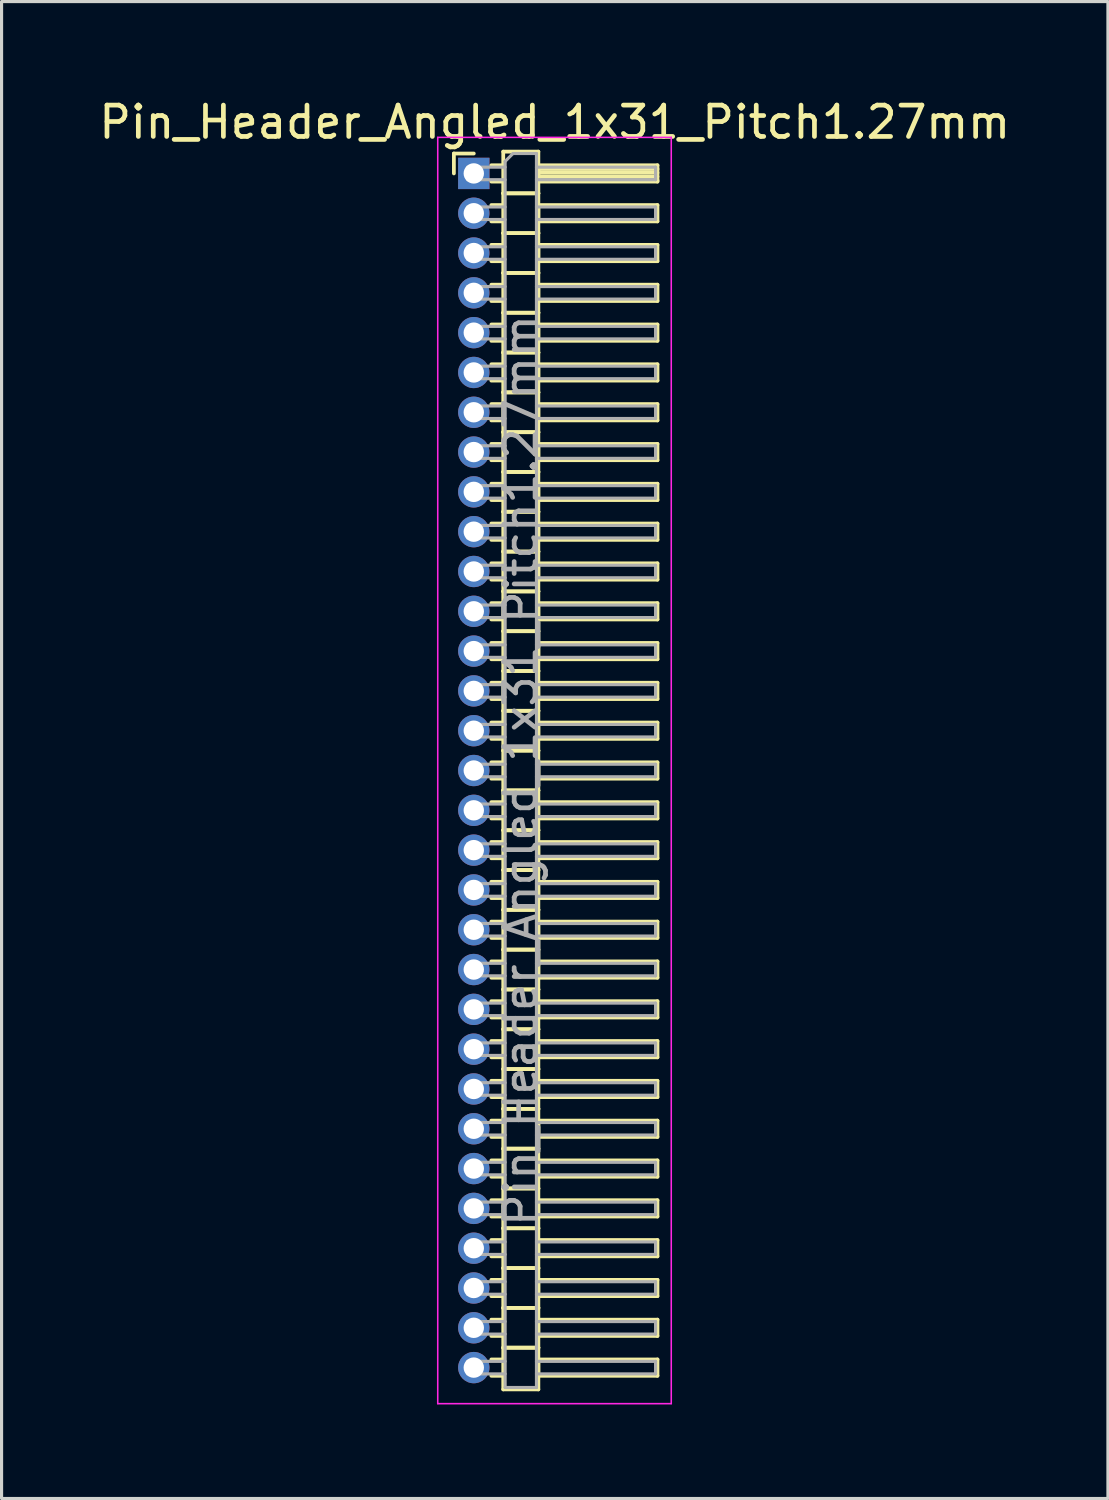
<source format=kicad_pcb>
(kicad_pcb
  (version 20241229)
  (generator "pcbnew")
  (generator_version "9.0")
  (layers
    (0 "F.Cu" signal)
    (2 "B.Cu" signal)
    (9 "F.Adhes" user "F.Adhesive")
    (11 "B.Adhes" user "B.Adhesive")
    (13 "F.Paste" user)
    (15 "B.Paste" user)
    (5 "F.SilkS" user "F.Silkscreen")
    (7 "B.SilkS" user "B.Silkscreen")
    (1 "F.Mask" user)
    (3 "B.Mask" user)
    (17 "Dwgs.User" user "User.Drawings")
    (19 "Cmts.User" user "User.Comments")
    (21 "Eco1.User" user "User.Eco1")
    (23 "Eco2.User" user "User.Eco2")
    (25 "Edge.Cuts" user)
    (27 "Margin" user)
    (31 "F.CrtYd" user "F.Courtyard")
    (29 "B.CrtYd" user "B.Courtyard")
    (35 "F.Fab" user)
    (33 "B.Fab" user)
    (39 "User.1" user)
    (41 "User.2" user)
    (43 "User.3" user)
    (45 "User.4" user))
  (footprint "Pin_Header_Angled_1x31_Pitch1.27mm"
    (layer "F.Cu")
    (at 12.066 2.483)
    (property "Reference" "Pin_Header_Angled_1x31_Pitch1.27mm" (at 2.583 -1.635 0) (layer "F.SilkS") (effects (font (size 1 1) (thickness 0.15))))
    (attr through_hole)
    (fp_line (start -0.635 -0.635) (end 0 -0.635) (stroke (width 0.12) (type solid)) (layer "F.SilkS"))
    (fp_line (start -0.635 0) (end -0.635 -0.635) (stroke (width 0.12) (type solid)) (layer "F.SilkS"))
    (fp_line (start 0.56 -0.26) (end 0.94 -0.26) (stroke (width 0.12) (type solid)) (layer "F.SilkS"))
    (fp_line (start 0.56 0.26) (end 0.94 0.26) (stroke (width 0.12) (type solid)) (layer "F.SilkS"))
    (fp_line (start 0.56 1.01) (end 0.94 1.01) (stroke (width 0.12) (type solid)) (layer "F.SilkS"))
    (fp_line (start 0.56 1.53) (end 0.94 1.53) (stroke (width 0.12) (type solid)) (layer "F.SilkS"))
    (fp_line (start 0.56 2.28) (end 0.94 2.28) (stroke (width 0.12) (type solid)) (layer "F.SilkS"))
    (fp_line (start 0.56 2.8) (end 0.94 2.8) (stroke (width 0.12) (type solid)) (layer "F.SilkS"))
    (fp_line (start 0.56 3.55) (end 0.94 3.55) (stroke (width 0.12) (type solid)) (layer "F.SilkS"))
    (fp_line (start 0.56 4.07) (end 0.94 4.07) (stroke (width 0.12) (type solid)) (layer "F.SilkS"))
    (fp_line (start 0.56 4.82) (end 0.94 4.82) (stroke (width 0.12) (type solid)) (layer "F.SilkS"))
    (fp_line (start 0.56 5.34) (end 0.94 5.34) (stroke (width 0.12) (type solid)) (layer "F.SilkS"))
    (fp_line (start 0.56 6.09) (end 0.94 6.09) (stroke (width 0.12) (type solid)) (layer "F.SilkS"))
    (fp_line (start 0.56 6.61) (end 0.94 6.61) (stroke (width 0.12) (type solid)) (layer "F.SilkS"))
    (fp_line (start 0.56 7.36) (end 0.94 7.36) (stroke (width 0.12) (type solid)) (layer "F.SilkS"))
    (fp_line (start 0.56 7.88) (end 0.94 7.88) (stroke (width 0.12) (type solid)) (layer "F.SilkS"))
    (fp_line (start 0.56 8.63) (end 0.94 8.63) (stroke (width 0.12) (type solid)) (layer "F.SilkS"))
    (fp_line (start 0.56 9.15) (end 0.94 9.15) (stroke (width 0.12) (type solid)) (layer "F.SilkS"))
    (fp_line (start 0.56 9.9) (end 0.94 9.9) (stroke (width 0.12) (type solid)) (layer "F.SilkS"))
    (fp_line (start 0.56 10.42) (end 0.94 10.42) (stroke (width 0.12) (type solid)) (layer "F.SilkS"))
    (fp_line (start 0.56 11.17) (end 0.94 11.17) (stroke (width 0.12) (type solid)) (layer "F.SilkS"))
    (fp_line (start 0.56 11.69) (end 0.94 11.69) (stroke (width 0.12) (type solid)) (layer "F.SilkS"))
    (fp_line (start 0.56 12.44) (end 0.94 12.44) (stroke (width 0.12) (type solid)) (layer "F.SilkS"))
    (fp_line (start 0.56 12.96) (end 0.94 12.96) (stroke (width 0.12) (type solid)) (layer "F.SilkS"))
    (fp_line (start 0.56 13.71) (end 0.94 13.71) (stroke (width 0.12) (type solid)) (layer "F.SilkS"))
    (fp_line (start 0.56 14.23) (end 0.94 14.23) (stroke (width 0.12) (type solid)) (layer "F.SilkS"))
    (fp_line (start 0.56 14.98) (end 0.94 14.98) (stroke (width 0.12) (type solid)) (layer "F.SilkS"))
    (fp_line (start 0.56 15.5) (end 0.94 15.5) (stroke (width 0.12) (type solid)) (layer "F.SilkS"))
    (fp_line (start 0.56 16.25) (end 0.94 16.25) (stroke (width 0.12) (type solid)) (layer "F.SilkS"))
    (fp_line (start 0.56 16.77) (end 0.94 16.77) (stroke (width 0.12) (type solid)) (layer "F.SilkS"))
    (fp_line (start 0.56 17.52) (end 0.94 17.52) (stroke (width 0.12) (type solid)) (layer "F.SilkS"))
    (fp_line (start 0.56 18.04) (end 0.94 18.04) (stroke (width 0.12) (type solid)) (layer "F.SilkS"))
    (fp_line (start 0.56 18.79) (end 0.94 18.79) (stroke (width 0.12) (type solid)) (layer "F.SilkS"))
    (fp_line (start 0.56 19.31) (end 0.94 19.31) (stroke (width 0.12) (type solid)) (layer "F.SilkS"))
    (fp_line (start 0.56 20.06) (end 0.94 20.06) (stroke (width 0.12) (type solid)) (layer "F.SilkS"))
    (fp_line (start 0.56 20.58) (end 0.94 20.58) (stroke (width 0.12) (type solid)) (layer "F.SilkS"))
    (fp_line (start 0.56 21.33) (end 0.94 21.33) (stroke (width 0.12) (type solid)) (layer "F.SilkS"))
    (fp_line (start 0.56 21.85) (end 0.94 21.85) (stroke (width 0.12) (type solid)) (layer "F.SilkS"))
    (fp_line (start 0.56 22.6) (end 0.94 22.6) (stroke (width 0.12) (type solid)) (layer "F.SilkS"))
    (fp_line (start 0.56 23.12) (end 0.94 23.12) (stroke (width 0.12) (type solid)) (layer "F.SilkS"))
    (fp_line (start 0.56 23.87) (end 0.94 23.87) (stroke (width 0.12) (type solid)) (layer "F.SilkS"))
    (fp_line (start 0.56 24.39) (end 0.94 24.39) (stroke (width 0.12) (type solid)) (layer "F.SilkS"))
    (fp_line (start 0.56 25.14) (end 0.94 25.14) (stroke (width 0.12) (type solid)) (layer "F.SilkS"))
    (fp_line (start 0.56 25.66) (end 0.94 25.66) (stroke (width 0.12) (type solid)) (layer "F.SilkS"))
    (fp_line (start 0.56 26.41) (end 0.94 26.41) (stroke (width 0.12) (type solid)) (layer "F.SilkS"))
    (fp_line (start 0.56 26.93) (end 0.94 26.93) (stroke (width 0.12) (type solid)) (layer "F.SilkS"))
    (fp_line (start 0.56 27.68) (end 0.94 27.68) (stroke (width 0.12) (type solid)) (layer "F.SilkS"))
    (fp_line (start 0.56 28.2) (end 0.94 28.2) (stroke (width 0.12) (type solid)) (layer "F.SilkS"))
    (fp_line (start 0.56 28.95) (end 0.94 28.95) (stroke (width 0.12) (type solid)) (layer "F.SilkS"))
    (fp_line (start 0.56 29.47) (end 0.94 29.47) (stroke (width 0.12) (type solid)) (layer "F.SilkS"))
    (fp_line (start 0.56 30.22) (end 0.94 30.22) (stroke (width 0.12) (type solid)) (layer "F.SilkS"))
    (fp_line (start 0.56 30.74) (end 0.94 30.74) (stroke (width 0.12) (type solid)) (layer "F.SilkS"))
    (fp_line (start 0.56 31.49) (end 0.94 31.49) (stroke (width 0.12) (type solid)) (layer "F.SilkS"))
    (fp_line (start 0.56 32.01) (end 0.94 32.01) (stroke (width 0.12) (type solid)) (layer "F.SilkS"))
    (fp_line (start 0.56 32.76) (end 0.94 32.76) (stroke (width 0.12) (type solid)) (layer "F.SilkS"))
    (fp_line (start 0.56 33.28) (end 0.94 33.28) (stroke (width 0.12) (type solid)) (layer "F.SilkS"))
    (fp_line (start 0.56 34.03) (end 0.94 34.03) (stroke (width 0.12) (type solid)) (layer "F.SilkS"))
    (fp_line (start 0.56 34.55) (end 0.94 34.55) (stroke (width 0.12) (type solid)) (layer "F.SilkS"))
    (fp_line (start 0.56 35.3) (end 0.94 35.3) (stroke (width 0.12) (type solid)) (layer "F.SilkS"))
    (fp_line (start 0.56 35.82) (end 0.94 35.82) (stroke (width 0.12) (type solid)) (layer "F.SilkS"))
    (fp_line (start 0.56 36.57) (end 0.94 36.57) (stroke (width 0.12) (type solid)) (layer "F.SilkS"))
    (fp_line (start 0.56 37.09) (end 0.94 37.09) (stroke (width 0.12) (type solid)) (layer "F.SilkS"))
    (fp_line (start 0.56 37.84) (end 0.94 37.84) (stroke (width 0.12) (type solid)) (layer "F.SilkS"))
    (fp_line (start 0.56 38.36) (end 0.94 38.36) (stroke (width 0.12) (type solid)) (layer "F.SilkS"))
    (fp_line (start 0.94 -0.695) (end 0.94 0.635) (stroke (width 0.12) (type solid)) (layer "F.SilkS"))
    (fp_line (start 0.94 0.635) (end 0.94 1.905) (stroke (width 0.12) (type solid)) (layer "F.SilkS"))
    (fp_line (start 0.94 0.635) (end 2.06 0.635) (stroke (width 0.12) (type solid)) (layer "F.SilkS"))
    (fp_line (start 0.94 1.905) (end 0.94 3.175) (stroke (width 0.12) (type solid)) (layer "F.SilkS"))
    (fp_line (start 0.94 1.905) (end 2.06 1.905) (stroke (width 0.12) (type solid)) (layer "F.SilkS"))
    (fp_line (start 0.94 3.175) (end 0.94 4.445) (stroke (width 0.12) (type solid)) (layer "F.SilkS"))
    (fp_line (start 0.94 3.175) (end 2.06 3.175) (stroke (width 0.12) (type solid)) (layer "F.SilkS"))
    (fp_line (start 0.94 4.445) (end 0.94 5.715) (stroke (width 0.12) (type solid)) (layer "F.SilkS"))
    (fp_line (start 0.94 4.445) (end 2.06 4.445) (stroke (width 0.12) (type solid)) (layer "F.SilkS"))
    (fp_line (start 0.94 5.715) (end 0.94 6.985) (stroke (width 0.12) (type solid)) (layer "F.SilkS"))
    (fp_line (start 0.94 5.715) (end 2.06 5.715) (stroke (width 0.12) (type solid)) (layer "F.SilkS"))
    (fp_line (start 0.94 6.985) (end 0.94 8.255) (stroke (width 0.12) (type solid)) (layer "F.SilkS"))
    (fp_line (start 0.94 6.985) (end 2.06 6.985) (stroke (width 0.12) (type solid)) (layer "F.SilkS"))
    (fp_line (start 0.94 8.255) (end 0.94 9.525) (stroke (width 0.12) (type solid)) (layer "F.SilkS"))
    (fp_line (start 0.94 8.255) (end 2.06 8.255) (stroke (width 0.12) (type solid)) (layer "F.SilkS"))
    (fp_line (start 0.94 9.525) (end 0.94 10.795) (stroke (width 0.12) (type solid)) (layer "F.SilkS"))
    (fp_line (start 0.94 9.525) (end 2.06 9.525) (stroke (width 0.12) (type solid)) (layer "F.SilkS"))
    (fp_line (start 0.94 10.795) (end 0.94 12.065) (stroke (width 0.12) (type solid)) (layer "F.SilkS"))
    (fp_line (start 0.94 10.795) (end 2.06 10.795) (stroke (width 0.12) (type solid)) (layer "F.SilkS"))
    (fp_line (start 0.94 12.065) (end 0.94 13.335) (stroke (width 0.12) (type solid)) (layer "F.SilkS"))
    (fp_line (start 0.94 12.065) (end 2.06 12.065) (stroke (width 0.12) (type solid)) (layer "F.SilkS"))
    (fp_line (start 0.94 13.335) (end 0.94 14.605) (stroke (width 0.12) (type solid)) (layer "F.SilkS"))
    (fp_line (start 0.94 13.335) (end 2.06 13.335) (stroke (width 0.12) (type solid)) (layer "F.SilkS"))
    (fp_line (start 0.94 14.605) (end 0.94 15.875) (stroke (width 0.12) (type solid)) (layer "F.SilkS"))
    (fp_line (start 0.94 14.605) (end 2.06 14.605) (stroke (width 0.12) (type solid)) (layer "F.SilkS"))
    (fp_line (start 0.94 15.875) (end 0.94 17.145) (stroke (width 0.12) (type solid)) (layer "F.SilkS"))
    (fp_line (start 0.94 15.875) (end 2.06 15.875) (stroke (width 0.12) (type solid)) (layer "F.SilkS"))
    (fp_line (start 0.94 17.145) (end 0.94 18.415) (stroke (width 0.12) (type solid)) (layer "F.SilkS"))
    (fp_line (start 0.94 17.145) (end 2.06 17.145) (stroke (width 0.12) (type solid)) (layer "F.SilkS"))
    (fp_line (start 0.94 18.415) (end 0.94 19.685) (stroke (width 0.12) (type solid)) (layer "F.SilkS"))
    (fp_line (start 0.94 18.415) (end 2.06 18.415) (stroke (width 0.12) (type solid)) (layer "F.SilkS"))
    (fp_line (start 0.94 19.685) (end 0.94 20.955) (stroke (width 0.12) (type solid)) (layer "F.SilkS"))
    (fp_line (start 0.94 19.685) (end 2.06 19.685) (stroke (width 0.12) (type solid)) (layer "F.SilkS"))
    (fp_line (start 0.94 20.955) (end 0.94 22.225) (stroke (width 0.12) (type solid)) (layer "F.SilkS"))
    (fp_line (start 0.94 20.955) (end 2.06 20.955) (stroke (width 0.12) (type solid)) (layer "F.SilkS"))
    (fp_line (start 0.94 22.225) (end 0.94 23.495) (stroke (width 0.12) (type solid)) (layer "F.SilkS"))
    (fp_line (start 0.94 22.225) (end 2.06 22.225) (stroke (width 0.12) (type solid)) (layer "F.SilkS"))
    (fp_line (start 0.94 23.495) (end 0.94 24.765) (stroke (width 0.12) (type solid)) (layer "F.SilkS"))
    (fp_line (start 0.94 23.495) (end 2.06 23.495) (stroke (width 0.12) (type solid)) (layer "F.SilkS"))
    (fp_line (start 0.94 24.765) (end 0.94 26.035) (stroke (width 0.12) (type solid)) (layer "F.SilkS"))
    (fp_line (start 0.94 24.765) (end 2.06 24.765) (stroke (width 0.12) (type solid)) (layer "F.SilkS"))
    (fp_line (start 0.94 26.035) (end 0.94 27.305) (stroke (width 0.12) (type solid)) (layer "F.SilkS"))
    (fp_line (start 0.94 26.035) (end 2.06 26.035) (stroke (width 0.12) (type solid)) (layer "F.SilkS"))
    (fp_line (start 0.94 27.305) (end 0.94 28.575) (stroke (width 0.12) (type solid)) (layer "F.SilkS"))
    (fp_line (start 0.94 27.305) (end 2.06 27.305) (stroke (width 0.12) (type solid)) (layer "F.SilkS"))
    (fp_line (start 0.94 28.575) (end 0.94 29.845) (stroke (width 0.12) (type solid)) (layer "F.SilkS"))
    (fp_line (start 0.94 28.575) (end 2.06 28.575) (stroke (width 0.12) (type solid)) (layer "F.SilkS"))
    (fp_line (start 0.94 29.845) (end 0.94 31.115) (stroke (width 0.12) (type solid)) (layer "F.SilkS"))
    (fp_line (start 0.94 29.845) (end 2.06 29.845) (stroke (width 0.12) (type solid)) (layer "F.SilkS"))
    (fp_line (start 0.94 31.115) (end 0.94 32.385) (stroke (width 0.12) (type solid)) (layer "F.SilkS"))
    (fp_line (start 0.94 31.115) (end 2.06 31.115) (stroke (width 0.12) (type solid)) (layer "F.SilkS"))
    (fp_line (start 0.94 32.385) (end 0.94 33.655) (stroke (width 0.12) (type solid)) (layer "F.SilkS"))
    (fp_line (start 0.94 32.385) (end 2.06 32.385) (stroke (width 0.12) (type solid)) (layer "F.SilkS"))
    (fp_line (start 0.94 33.655) (end 0.94 34.925) (stroke (width 0.12) (type solid)) (layer "F.SilkS"))
    (fp_line (start 0.94 33.655) (end 2.06 33.655) (stroke (width 0.12) (type solid)) (layer "F.SilkS"))
    (fp_line (start 0.94 34.925) (end 0.94 36.195) (stroke (width 0.12) (type solid)) (layer "F.SilkS"))
    (fp_line (start 0.94 34.925) (end 2.06 34.925) (stroke (width 0.12) (type solid)) (layer "F.SilkS"))
    (fp_line (start 0.94 36.195) (end 0.94 37.465) (stroke (width 0.12) (type solid)) (layer "F.SilkS"))
    (fp_line (start 0.94 36.195) (end 2.06 36.195) (stroke (width 0.12) (type solid)) (layer "F.SilkS"))
    (fp_line (start 0.94 37.465) (end 0.94 38.795) (stroke (width 0.12) (type solid)) (layer "F.SilkS"))
    (fp_line (start 0.94 37.465) (end 2.06 37.465) (stroke (width 0.12) (type solid)) (layer "F.SilkS"))
    (fp_line (start 0.94 38.795) (end 2.06 38.795) (stroke (width 0.12) (type solid)) (layer "F.SilkS"))
    (fp_line (start 2.06 -0.695) (end 0.94 -0.695) (stroke (width 0.12) (type solid)) (layer "F.SilkS"))
    (fp_line (start 2.06 -0.26) (end 2.06 0.26) (stroke (width 0.12) (type solid)) (layer "F.SilkS"))
    (fp_line (start 2.06 -0.14) (end 5.86 -0.14) (stroke (width 0.12) (type solid)) (layer "F.SilkS"))
    (fp_line (start 2.06 -0.02) (end 5.86 -0.02) (stroke (width 0.12) (type solid)) (layer "F.SilkS"))
    (fp_line (start 2.06 0.1) (end 5.86 0.1) (stroke (width 0.12) (type solid)) (layer "F.SilkS"))
    (fp_line (start 2.06 0.22) (end 5.86 0.22) (stroke (width 0.12) (type solid)) (layer "F.SilkS"))
    (fp_line (start 2.06 0.26) (end 5.86 0.26) (stroke (width 0.12) (type solid)) (layer "F.SilkS"))
    (fp_line (start 2.06 0.635) (end 0.94 0.635) (stroke (width 0.12) (type solid)) (layer "F.SilkS"))
    (fp_line (start 2.06 0.635) (end 2.06 -0.695) (stroke (width 0.12) (type solid)) (layer "F.SilkS"))
    (fp_line (start 2.06 1.01) (end 2.06 1.53) (stroke (width 0.12) (type solid)) (layer "F.SilkS"))
    (fp_line (start 2.06 1.53) (end 5.86 1.53) (stroke (width 0.12) (type solid)) (layer "F.SilkS"))
    (fp_line (start 2.06 1.905) (end 0.94 1.905) (stroke (width 0.12) (type solid)) (layer "F.SilkS"))
    (fp_line (start 2.06 1.905) (end 2.06 0.635) (stroke (width 0.12) (type solid)) (layer "F.SilkS"))
    (fp_line (start 2.06 2.28) (end 2.06 2.8) (stroke (width 0.12) (type solid)) (layer "F.SilkS"))
    (fp_line (start 2.06 2.8) (end 5.86 2.8) (stroke (width 0.12) (type solid)) (layer "F.SilkS"))
    (fp_line (start 2.06 3.175) (end 0.94 3.175) (stroke (width 0.12) (type solid)) (layer "F.SilkS"))
    (fp_line (start 2.06 3.175) (end 2.06 1.905) (stroke (width 0.12) (type solid)) (layer "F.SilkS"))
    (fp_line (start 2.06 3.55) (end 2.06 4.07) (stroke (width 0.12) (type solid)) (layer "F.SilkS"))
    (fp_line (start 2.06 4.07) (end 5.86 4.07) (stroke (width 0.12) (type solid)) (layer "F.SilkS"))
    (fp_line (start 2.06 4.445) (end 0.94 4.445) (stroke (width 0.12) (type solid)) (layer "F.SilkS"))
    (fp_line (start 2.06 4.445) (end 2.06 3.175) (stroke (width 0.12) (type solid)) (layer "F.SilkS"))
    (fp_line (start 2.06 4.82) (end 2.06 5.34) (stroke (width 0.12) (type solid)) (layer "F.SilkS"))
    (fp_line (start 2.06 5.34) (end 5.86 5.34) (stroke (width 0.12) (type solid)) (layer "F.SilkS"))
    (fp_line (start 2.06 5.715) (end 0.94 5.715) (stroke (width 0.12) (type solid)) (layer "F.SilkS"))
    (fp_line (start 2.06 5.715) (end 2.06 4.445) (stroke (width 0.12) (type solid)) (layer "F.SilkS"))
    (fp_line (start 2.06 6.09) (end 2.06 6.61) (stroke (width 0.12) (type solid)) (layer "F.SilkS"))
    (fp_line (start 2.06 6.61) (end 5.86 6.61) (stroke (width 0.12) (type solid)) (layer "F.SilkS"))
    (fp_line (start 2.06 6.985) (end 0.94 6.985) (stroke (width 0.12) (type solid)) (layer "F.SilkS"))
    (fp_line (start 2.06 6.985) (end 2.06 5.715) (stroke (width 0.12) (type solid)) (layer "F.SilkS"))
    (fp_line (start 2.06 7.36) (end 2.06 7.88) (stroke (width 0.12) (type solid)) (layer "F.SilkS"))
    (fp_line (start 2.06 7.88) (end 5.86 7.88) (stroke (width 0.12) (type solid)) (layer "F.SilkS"))
    (fp_line (start 2.06 8.255) (end 0.94 8.255) (stroke (width 0.12) (type solid)) (layer "F.SilkS"))
    (fp_line (start 2.06 8.255) (end 2.06 6.985) (stroke (width 0.12) (type solid)) (layer "F.SilkS"))
    (fp_line (start 2.06 8.63) (end 2.06 9.15) (stroke (width 0.12) (type solid)) (layer "F.SilkS"))
    (fp_line (start 2.06 9.15) (end 5.86 9.15) (stroke (width 0.12) (type solid)) (layer "F.SilkS"))
    (fp_line (start 2.06 9.525) (end 0.94 9.525) (stroke (width 0.12) (type solid)) (layer "F.SilkS"))
    (fp_line (start 2.06 9.525) (end 2.06 8.255) (stroke (width 0.12) (type solid)) (layer "F.SilkS"))
    (fp_line (start 2.06 9.9) (end 2.06 10.42) (stroke (width 0.12) (type solid)) (layer "F.SilkS"))
    (fp_line (start 2.06 10.42) (end 5.86 10.42) (stroke (width 0.12) (type solid)) (layer "F.SilkS"))
    (fp_line (start 2.06 10.795) (end 0.94 10.795) (stroke (width 0.12) (type solid)) (layer "F.SilkS"))
    (fp_line (start 2.06 10.795) (end 2.06 9.525) (stroke (width 0.12) (type solid)) (layer "F.SilkS"))
    (fp_line (start 2.06 11.17) (end 2.06 11.69) (stroke (width 0.12) (type solid)) (layer "F.SilkS"))
    (fp_line (start 2.06 11.69) (end 5.86 11.69) (stroke (width 0.12) (type solid)) (layer "F.SilkS"))
    (fp_line (start 2.06 12.065) (end 0.94 12.065) (stroke (width 0.12) (type solid)) (layer "F.SilkS"))
    (fp_line (start 2.06 12.065) (end 2.06 10.795) (stroke (width 0.12) (type solid)) (layer "F.SilkS"))
    (fp_line (start 2.06 12.44) (end 2.06 12.96) (stroke (width 0.12) (type solid)) (layer "F.SilkS"))
    (fp_line (start 2.06 12.96) (end 5.86 12.96) (stroke (width 0.12) (type solid)) (layer "F.SilkS"))
    (fp_line (start 2.06 13.335) (end 0.94 13.335) (stroke (width 0.12) (type solid)) (layer "F.SilkS"))
    (fp_line (start 2.06 13.335) (end 2.06 12.065) (stroke (width 0.12) (type solid)) (layer "F.SilkS"))
    (fp_line (start 2.06 13.71) (end 2.06 14.23) (stroke (width 0.12) (type solid)) (layer "F.SilkS"))
    (fp_line (start 2.06 14.23) (end 5.86 14.23) (stroke (width 0.12) (type solid)) (layer "F.SilkS"))
    (fp_line (start 2.06 14.605) (end 0.94 14.605) (stroke (width 0.12) (type solid)) (layer "F.SilkS"))
    (fp_line (start 2.06 14.605) (end 2.06 13.335) (stroke (width 0.12) (type solid)) (layer "F.SilkS"))
    (fp_line (start 2.06 14.98) (end 2.06 15.5) (stroke (width 0.12) (type solid)) (layer "F.SilkS"))
    (fp_line (start 2.06 15.5) (end 5.86 15.5) (stroke (width 0.12) (type solid)) (layer "F.SilkS"))
    (fp_line (start 2.06 15.875) (end 0.94 15.875) (stroke (width 0.12) (type solid)) (layer "F.SilkS"))
    (fp_line (start 2.06 15.875) (end 2.06 14.605) (stroke (width 0.12) (type solid)) (layer "F.SilkS"))
    (fp_line (start 2.06 16.25) (end 2.06 16.77) (stroke (width 0.12) (type solid)) (layer "F.SilkS"))
    (fp_line (start 2.06 16.77) (end 5.86 16.77) (stroke (width 0.12) (type solid)) (layer "F.SilkS"))
    (fp_line (start 2.06 17.145) (end 0.94 17.145) (stroke (width 0.12) (type solid)) (layer "F.SilkS"))
    (fp_line (start 2.06 17.145) (end 2.06 15.875) (stroke (width 0.12) (type solid)) (layer "F.SilkS"))
    (fp_line (start 2.06 17.52) (end 2.06 18.04) (stroke (width 0.12) (type solid)) (layer "F.SilkS"))
    (fp_line (start 2.06 18.04) (end 5.86 18.04) (stroke (width 0.12) (type solid)) (layer "F.SilkS"))
    (fp_line (start 2.06 18.415) (end 0.94 18.415) (stroke (width 0.12) (type solid)) (layer "F.SilkS"))
    (fp_line (start 2.06 18.415) (end 2.06 17.145) (stroke (width 0.12) (type solid)) (layer "F.SilkS"))
    (fp_line (start 2.06 18.79) (end 2.06 19.31) (stroke (width 0.12) (type solid)) (layer "F.SilkS"))
    (fp_line (start 2.06 19.31) (end 5.86 19.31) (stroke (width 0.12) (type solid)) (layer "F.SilkS"))
    (fp_line (start 2.06 19.685) (end 0.94 19.685) (stroke (width 0.12) (type solid)) (layer "F.SilkS"))
    (fp_line (start 2.06 19.685) (end 2.06 18.415) (stroke (width 0.12) (type solid)) (layer "F.SilkS"))
    (fp_line (start 2.06 20.06) (end 2.06 20.58) (stroke (width 0.12) (type solid)) (layer "F.SilkS"))
    (fp_line (start 2.06 20.58) (end 5.86 20.58) (stroke (width 0.12) (type solid)) (layer "F.SilkS"))
    (fp_line (start 2.06 20.955) (end 0.94 20.955) (stroke (width 0.12) (type solid)) (layer "F.SilkS"))
    (fp_line (start 2.06 20.955) (end 2.06 19.685) (stroke (width 0.12) (type solid)) (layer "F.SilkS"))
    (fp_line (start 2.06 21.33) (end 2.06 21.85) (stroke (width 0.12) (type solid)) (layer "F.SilkS"))
    (fp_line (start 2.06 21.85) (end 5.86 21.85) (stroke (width 0.12) (type solid)) (layer "F.SilkS"))
    (fp_line (start 2.06 22.225) (end 0.94 22.225) (stroke (width 0.12) (type solid)) (layer "F.SilkS"))
    (fp_line (start 2.06 22.225) (end 2.06 20.955) (stroke (width 0.12) (type solid)) (layer "F.SilkS"))
    (fp_line (start 2.06 22.6) (end 2.06 23.12) (stroke (width 0.12) (type solid)) (layer "F.SilkS"))
    (fp_line (start 2.06 23.12) (end 5.86 23.12) (stroke (width 0.12) (type solid)) (layer "F.SilkS"))
    (fp_line (start 2.06 23.495) (end 0.94 23.495) (stroke (width 0.12) (type solid)) (layer "F.SilkS"))
    (fp_line (start 2.06 23.495) (end 2.06 22.225) (stroke (width 0.12) (type solid)) (layer "F.SilkS"))
    (fp_line (start 2.06 23.87) (end 2.06 24.39) (stroke (width 0.12) (type solid)) (layer "F.SilkS"))
    (fp_line (start 2.06 24.39) (end 5.86 24.39) (stroke (width 0.12) (type solid)) (layer "F.SilkS"))
    (fp_line (start 2.06 24.765) (end 0.94 24.765) (stroke (width 0.12) (type solid)) (layer "F.SilkS"))
    (fp_line (start 2.06 24.765) (end 2.06 23.495) (stroke (width 0.12) (type solid)) (layer "F.SilkS"))
    (fp_line (start 2.06 25.14) (end 2.06 25.66) (stroke (width 0.12) (type solid)) (layer "F.SilkS"))
    (fp_line (start 2.06 25.66) (end 5.86 25.66) (stroke (width 0.12) (type solid)) (layer "F.SilkS"))
    (fp_line (start 2.06 26.035) (end 0.94 26.035) (stroke (width 0.12) (type solid)) (layer "F.SilkS"))
    (fp_line (start 2.06 26.035) (end 2.06 24.765) (stroke (width 0.12) (type solid)) (layer "F.SilkS"))
    (fp_line (start 2.06 26.41) (end 2.06 26.93) (stroke (width 0.12) (type solid)) (layer "F.SilkS"))
    (fp_line (start 2.06 26.93) (end 5.86 26.93) (stroke (width 0.12) (type solid)) (layer "F.SilkS"))
    (fp_line (start 2.06 27.305) (end 0.94 27.305) (stroke (width 0.12) (type solid)) (layer "F.SilkS"))
    (fp_line (start 2.06 27.305) (end 2.06 26.035) (stroke (width 0.12) (type solid)) (layer "F.SilkS"))
    (fp_line (start 2.06 27.68) (end 2.06 28.2) (stroke (width 0.12) (type solid)) (layer "F.SilkS"))
    (fp_line (start 2.06 28.2) (end 5.86 28.2) (stroke (width 0.12) (type solid)) (layer "F.SilkS"))
    (fp_line (start 2.06 28.575) (end 0.94 28.575) (stroke (width 0.12) (type solid)) (layer "F.SilkS"))
    (fp_line (start 2.06 28.575) (end 2.06 27.305) (stroke (width 0.12) (type solid)) (layer "F.SilkS"))
    (fp_line (start 2.06 28.95) (end 2.06 29.47) (stroke (width 0.12) (type solid)) (layer "F.SilkS"))
    (fp_line (start 2.06 29.47) (end 5.86 29.47) (stroke (width 0.12) (type solid)) (layer "F.SilkS"))
    (fp_line (start 2.06 29.845) (end 0.94 29.845) (stroke (width 0.12) (type solid)) (layer "F.SilkS"))
    (fp_line (start 2.06 29.845) (end 2.06 28.575) (stroke (width 0.12) (type solid)) (layer "F.SilkS"))
    (fp_line (start 2.06 30.22) (end 2.06 30.74) (stroke (width 0.12) (type solid)) (layer "F.SilkS"))
    (fp_line (start 2.06 30.74) (end 5.86 30.74) (stroke (width 0.12) (type solid)) (layer "F.SilkS"))
    (fp_line (start 2.06 31.115) (end 0.94 31.115) (stroke (width 0.12) (type solid)) (layer "F.SilkS"))
    (fp_line (start 2.06 31.115) (end 2.06 29.845) (stroke (width 0.12) (type solid)) (layer "F.SilkS"))
    (fp_line (start 2.06 31.49) (end 2.06 32.01) (stroke (width 0.12) (type solid)) (layer "F.SilkS"))
    (fp_line (start 2.06 32.01) (end 5.86 32.01) (stroke (width 0.12) (type solid)) (layer "F.SilkS"))
    (fp_line (start 2.06 32.385) (end 0.94 32.385) (stroke (width 0.12) (type solid)) (layer "F.SilkS"))
    (fp_line (start 2.06 32.385) (end 2.06 31.115) (stroke (width 0.12) (type solid)) (layer "F.SilkS"))
    (fp_line (start 2.06 32.76) (end 2.06 33.28) (stroke (width 0.12) (type solid)) (layer "F.SilkS"))
    (fp_line (start 2.06 33.28) (end 5.86 33.28) (stroke (width 0.12) (type solid)) (layer "F.SilkS"))
    (fp_line (start 2.06 33.655) (end 0.94 33.655) (stroke (width 0.12) (type solid)) (layer "F.SilkS"))
    (fp_line (start 2.06 33.655) (end 2.06 32.385) (stroke (width 0.12) (type solid)) (layer "F.SilkS"))
    (fp_line (start 2.06 34.03) (end 2.06 34.55) (stroke (width 0.12) (type solid)) (layer "F.SilkS"))
    (fp_line (start 2.06 34.55) (end 5.86 34.55) (stroke (width 0.12) (type solid)) (layer "F.SilkS"))
    (fp_line (start 2.06 34.925) (end 0.94 34.925) (stroke (width 0.12) (type solid)) (layer "F.SilkS"))
    (fp_line (start 2.06 34.925) (end 2.06 33.655) (stroke (width 0.12) (type solid)) (layer "F.SilkS"))
    (fp_line (start 2.06 35.3) (end 2.06 35.82) (stroke (width 0.12) (type solid)) (layer "F.SilkS"))
    (fp_line (start 2.06 35.82) (end 5.86 35.82) (stroke (width 0.12) (type solid)) (layer "F.SilkS"))
    (fp_line (start 2.06 36.195) (end 0.94 36.195) (stroke (width 0.12) (type solid)) (layer "F.SilkS"))
    (fp_line (start 2.06 36.195) (end 2.06 34.925) (stroke (width 0.12) (type solid)) (layer "F.SilkS"))
    (fp_line (start 2.06 36.57) (end 2.06 37.09) (stroke (width 0.12) (type solid)) (layer "F.SilkS"))
    (fp_line (start 2.06 37.09) (end 5.86 37.09) (stroke (width 0.12) (type solid)) (layer "F.SilkS"))
    (fp_line (start 2.06 37.465) (end 0.94 37.465) (stroke (width 0.12) (type solid)) (layer "F.SilkS"))
    (fp_line (start 2.06 37.465) (end 2.06 36.195) (stroke (width 0.12) (type solid)) (layer "F.SilkS"))
    (fp_line (start 2.06 37.84) (end 2.06 38.36) (stroke (width 0.12) (type solid)) (layer "F.SilkS"))
    (fp_line (start 2.06 38.36) (end 5.86 38.36) (stroke (width 0.12) (type solid)) (layer "F.SilkS"))
    (fp_line (start 2.06 38.795) (end 2.06 37.465) (stroke (width 0.12) (type solid)) (layer "F.SilkS"))
    (fp_line (start 5.86 -0.26) (end 2.06 -0.26) (stroke (width 0.12) (type solid)) (layer "F.SilkS"))
    (fp_line (start 5.86 0.26) (end 5.86 -0.26) (stroke (width 0.12) (type solid)) (layer "F.SilkS"))
    (fp_line (start 5.86 1.01) (end 2.06 1.01) (stroke (width 0.12) (type solid)) (layer "F.SilkS"))
    (fp_line (start 5.86 1.53) (end 5.86 1.01) (stroke (width 0.12) (type solid)) (layer "F.SilkS"))
    (fp_line (start 5.86 2.28) (end 2.06 2.28) (stroke (width 0.12) (type solid)) (layer "F.SilkS"))
    (fp_line (start 5.86 2.8) (end 5.86 2.28) (stroke (width 0.12) (type solid)) (layer "F.SilkS"))
    (fp_line (start 5.86 3.55) (end 2.06 3.55) (stroke (width 0.12) (type solid)) (layer "F.SilkS"))
    (fp_line (start 5.86 4.07) (end 5.86 3.55) (stroke (width 0.12) (type solid)) (layer "F.SilkS"))
    (fp_line (start 5.86 4.82) (end 2.06 4.82) (stroke (width 0.12) (type solid)) (layer "F.SilkS"))
    (fp_line (start 5.86 5.34) (end 5.86 4.82) (stroke (width 0.12) (type solid)) (layer "F.SilkS"))
    (fp_line (start 5.86 6.09) (end 2.06 6.09) (stroke (width 0.12) (type solid)) (layer "F.SilkS"))
    (fp_line (start 5.86 6.61) (end 5.86 6.09) (stroke (width 0.12) (type solid)) (layer "F.SilkS"))
    (fp_line (start 5.86 7.36) (end 2.06 7.36) (stroke (width 0.12) (type solid)) (layer "F.SilkS"))
    (fp_line (start 5.86 7.88) (end 5.86 7.36) (stroke (width 0.12) (type solid)) (layer "F.SilkS"))
    (fp_line (start 5.86 8.63) (end 2.06 8.63) (stroke (width 0.12) (type solid)) (layer "F.SilkS"))
    (fp_line (start 5.86 9.15) (end 5.86 8.63) (stroke (width 0.12) (type solid)) (layer "F.SilkS"))
    (fp_line (start 5.86 9.9) (end 2.06 9.9) (stroke (width 0.12) (type solid)) (layer "F.SilkS"))
    (fp_line (start 5.86 10.42) (end 5.86 9.9) (stroke (width 0.12) (type solid)) (layer "F.SilkS"))
    (fp_line (start 5.86 11.17) (end 2.06 11.17) (stroke (width 0.12) (type solid)) (layer "F.SilkS"))
    (fp_line (start 5.86 11.69) (end 5.86 11.17) (stroke (width 0.12) (type solid)) (layer "F.SilkS"))
    (fp_line (start 5.86 12.44) (end 2.06 12.44) (stroke (width 0.12) (type solid)) (layer "F.SilkS"))
    (fp_line (start 5.86 12.96) (end 5.86 12.44) (stroke (width 0.12) (type solid)) (layer "F.SilkS"))
    (fp_line (start 5.86 13.71) (end 2.06 13.71) (stroke (width 0.12) (type solid)) (layer "F.SilkS"))
    (fp_line (start 5.86 14.23) (end 5.86 13.71) (stroke (width 0.12) (type solid)) (layer "F.SilkS"))
    (fp_line (start 5.86 14.98) (end 2.06 14.98) (stroke (width 0.12) (type solid)) (layer "F.SilkS"))
    (fp_line (start 5.86 15.5) (end 5.86 14.98) (stroke (width 0.12) (type solid)) (layer "F.SilkS"))
    (fp_line (start 5.86 16.25) (end 2.06 16.25) (stroke (width 0.12) (type solid)) (layer "F.SilkS"))
    (fp_line (start 5.86 16.77) (end 5.86 16.25) (stroke (width 0.12) (type solid)) (layer "F.SilkS"))
    (fp_line (start 5.86 17.52) (end 2.06 17.52) (stroke (width 0.12) (type solid)) (layer "F.SilkS"))
    (fp_line (start 5.86 18.04) (end 5.86 17.52) (stroke (width 0.12) (type solid)) (layer "F.SilkS"))
    (fp_line (start 5.86 18.79) (end 2.06 18.79) (stroke (width 0.12) (type solid)) (layer "F.SilkS"))
    (fp_line (start 5.86 19.31) (end 5.86 18.79) (stroke (width 0.12) (type solid)) (layer "F.SilkS"))
    (fp_line (start 5.86 20.06) (end 2.06 20.06) (stroke (width 0.12) (type solid)) (layer "F.SilkS"))
    (fp_line (start 5.86 20.58) (end 5.86 20.06) (stroke (width 0.12) (type solid)) (layer "F.SilkS"))
    (fp_line (start 5.86 21.33) (end 2.06 21.33) (stroke (width 0.12) (type solid)) (layer "F.SilkS"))
    (fp_line (start 5.86 21.85) (end 5.86 21.33) (stroke (width 0.12) (type solid)) (layer "F.SilkS"))
    (fp_line (start 5.86 22.6) (end 2.06 22.6) (stroke (width 0.12) (type solid)) (layer "F.SilkS"))
    (fp_line (start 5.86 23.12) (end 5.86 22.6) (stroke (width 0.12) (type solid)) (layer "F.SilkS"))
    (fp_line (start 5.86 23.87) (end 2.06 23.87) (stroke (width 0.12) (type solid)) (layer "F.SilkS"))
    (fp_line (start 5.86 24.39) (end 5.86 23.87) (stroke (width 0.12) (type solid)) (layer "F.SilkS"))
    (fp_line (start 5.86 25.14) (end 2.06 25.14) (stroke (width 0.12) (type solid)) (layer "F.SilkS"))
    (fp_line (start 5.86 25.66) (end 5.86 25.14) (stroke (width 0.12) (type solid)) (layer "F.SilkS"))
    (fp_line (start 5.86 26.41) (end 2.06 26.41) (stroke (width 0.12) (type solid)) (layer "F.SilkS"))
    (fp_line (start 5.86 26.93) (end 5.86 26.41) (stroke (width 0.12) (type solid)) (layer "F.SilkS"))
    (fp_line (start 5.86 27.68) (end 2.06 27.68) (stroke (width 0.12) (type solid)) (layer "F.SilkS"))
    (fp_line (start 5.86 28.2) (end 5.86 27.68) (stroke (width 0.12) (type solid)) (layer "F.SilkS"))
    (fp_line (start 5.86 28.95) (end 2.06 28.95) (stroke (width 0.12) (type solid)) (layer "F.SilkS"))
    (fp_line (start 5.86 29.47) (end 5.86 28.95) (stroke (width 0.12) (type solid)) (layer "F.SilkS"))
    (fp_line (start 5.86 30.22) (end 2.06 30.22) (stroke (width 0.12) (type solid)) (layer "F.SilkS"))
    (fp_line (start 5.86 30.74) (end 5.86 30.22) (stroke (width 0.12) (type solid)) (layer "F.SilkS"))
    (fp_line (start 5.86 31.49) (end 2.06 31.49) (stroke (width 0.12) (type solid)) (layer "F.SilkS"))
    (fp_line (start 5.86 32.01) (end 5.86 31.49) (stroke (width 0.12) (type solid)) (layer "F.SilkS"))
    (fp_line (start 5.86 32.76) (end 2.06 32.76) (stroke (width 0.12) (type solid)) (layer "F.SilkS"))
    (fp_line (start 5.86 33.28) (end 5.86 32.76) (stroke (width 0.12) (type solid)) (layer "F.SilkS"))
    (fp_line (start 5.86 34.03) (end 2.06 34.03) (stroke (width 0.12) (type solid)) (layer "F.SilkS"))
    (fp_line (start 5.86 34.55) (end 5.86 34.03) (stroke (width 0.12) (type solid)) (layer "F.SilkS"))
    (fp_line (start 5.86 35.3) (end 2.06 35.3) (stroke (width 0.12) (type solid)) (layer "F.SilkS"))
    (fp_line (start 5.86 35.82) (end 5.86 35.3) (stroke (width 0.12) (type solid)) (layer "F.SilkS"))
    (fp_line (start 5.86 36.57) (end 2.06 36.57) (stroke (width 0.12) (type solid)) (layer "F.SilkS"))
    (fp_line (start 5.86 37.09) (end 5.86 36.57) (stroke (width 0.12) (type solid)) (layer "F.SilkS"))
    (fp_line (start 5.86 37.84) (end 2.06 37.84) (stroke (width 0.12) (type solid)) (layer "F.SilkS"))
    (fp_line (start 5.86 38.36) (end 5.86 37.84) (stroke (width 0.12) (type solid)) (layer "F.SilkS"))
    (fp_line (start -1.15 -1.15) (end -1.15 39.25) (stroke (width 0.05) (type solid)) (layer "F.CrtYd"))
    (fp_line (start -1.15 39.25) (end 6.3 39.25) (stroke (width 0.05) (type solid)) (layer "F.CrtYd"))
    (fp_line (start 6.3 -1.15) (end -1.15 -1.15) (stroke (width 0.05) (type solid)) (layer "F.CrtYd"))
    (fp_line (start 6.3 39.25) (end 6.3 -1.15) (stroke (width 0.05) (type solid)) (layer "F.CrtYd"))
    (fp_line (start -0.2 -0.2) (end -0.2 0.2) (stroke (width 0.1) (type solid)) (layer "F.Fab"))
    (fp_line (start -0.2 -0.2) (end 1 -0.2) (stroke (width 0.1) (type solid)) (layer "F.Fab"))
    (fp_line (start -0.2 0.2) (end 1 0.2) (stroke (width 0.1) (type solid)) (layer "F.Fab"))
    (fp_line (start -0.2 1.07) (end -0.2 1.47) (stroke (width 0.1) (type solid)) (layer "F.Fab"))
    (fp_line (start -0.2 1.07) (end 1 1.07) (stroke (width 0.1) (type solid)) (layer "F.Fab"))
    (fp_line (start -0.2 1.47) (end 1 1.47) (stroke (width 0.1) (type solid)) (layer "F.Fab"))
    (fp_line (start -0.2 2.34) (end -0.2 2.74) (stroke (width 0.1) (type solid)) (layer "F.Fab"))
    (fp_line (start -0.2 2.34) (end 1 2.34) (stroke (width 0.1) (type solid)) (layer "F.Fab"))
    (fp_line (start -0.2 2.74) (end 1 2.74) (stroke (width 0.1) (type solid)) (layer "F.Fab"))
    (fp_line (start -0.2 3.61) (end -0.2 4.01) (stroke (width 0.1) (type solid)) (layer "F.Fab"))
    (fp_line (start -0.2 3.61) (end 1 3.61) (stroke (width 0.1) (type solid)) (layer "F.Fab"))
    (fp_line (start -0.2 4.01) (end 1 4.01) (stroke (width 0.1) (type solid)) (layer "F.Fab"))
    (fp_line (start -0.2 4.88) (end -0.2 5.28) (stroke (width 0.1) (type solid)) (layer "F.Fab"))
    (fp_line (start -0.2 4.88) (end 1 4.88) (stroke (width 0.1) (type solid)) (layer "F.Fab"))
    (fp_line (start -0.2 5.28) (end 1 5.28) (stroke (width 0.1) (type solid)) (layer "F.Fab"))
    (fp_line (start -0.2 6.15) (end -0.2 6.55) (stroke (width 0.1) (type solid)) (layer "F.Fab"))
    (fp_line (start -0.2 6.15) (end 1 6.15) (stroke (width 0.1) (type solid)) (layer "F.Fab"))
    (fp_line (start -0.2 6.55) (end 1 6.55) (stroke (width 0.1) (type solid)) (layer "F.Fab"))
    (fp_line (start -0.2 7.42) (end -0.2 7.82) (stroke (width 0.1) (type solid)) (layer "F.Fab"))
    (fp_line (start -0.2 7.42) (end 1 7.42) (stroke (width 0.1) (type solid)) (layer "F.Fab"))
    (fp_line (start -0.2 7.82) (end 1 7.82) (stroke (width 0.1) (type solid)) (layer "F.Fab"))
    (fp_line (start -0.2 8.69) (end -0.2 9.09) (stroke (width 0.1) (type solid)) (layer "F.Fab"))
    (fp_line (start -0.2 8.69) (end 1 8.69) (stroke (width 0.1) (type solid)) (layer "F.Fab"))
    (fp_line (start -0.2 9.09) (end 1 9.09) (stroke (width 0.1) (type solid)) (layer "F.Fab"))
    (fp_line (start -0.2 9.96) (end -0.2 10.36) (stroke (width 0.1) (type solid)) (layer "F.Fab"))
    (fp_line (start -0.2 9.96) (end 1 9.96) (stroke (width 0.1) (type solid)) (layer "F.Fab"))
    (fp_line (start -0.2 10.36) (end 1 10.36) (stroke (width 0.1) (type solid)) (layer "F.Fab"))
    (fp_line (start -0.2 11.23) (end -0.2 11.63) (stroke (width 0.1) (type solid)) (layer "F.Fab"))
    (fp_line (start -0.2 11.23) (end 1 11.23) (stroke (width 0.1) (type solid)) (layer "F.Fab"))
    (fp_line (start -0.2 11.63) (end 1 11.63) (stroke (width 0.1) (type solid)) (layer "F.Fab"))
    (fp_line (start -0.2 12.5) (end -0.2 12.9) (stroke (width 0.1) (type solid)) (layer "F.Fab"))
    (fp_line (start -0.2 12.5) (end 1 12.5) (stroke (width 0.1) (type solid)) (layer "F.Fab"))
    (fp_line (start -0.2 12.9) (end 1 12.9) (stroke (width 0.1) (type solid)) (layer "F.Fab"))
    (fp_line (start -0.2 13.77) (end -0.2 14.17) (stroke (width 0.1) (type solid)) (layer "F.Fab"))
    (fp_line (start -0.2 13.77) (end 1 13.77) (stroke (width 0.1) (type solid)) (layer "F.Fab"))
    (fp_line (start -0.2 14.17) (end 1 14.17) (stroke (width 0.1) (type solid)) (layer "F.Fab"))
    (fp_line (start -0.2 15.04) (end -0.2 15.44) (stroke (width 0.1) (type solid)) (layer "F.Fab"))
    (fp_line (start -0.2 15.04) (end 1 15.04) (stroke (width 0.1) (type solid)) (layer "F.Fab"))
    (fp_line (start -0.2 15.44) (end 1 15.44) (stroke (width 0.1) (type solid)) (layer "F.Fab"))
    (fp_line (start -0.2 16.31) (end -0.2 16.71) (stroke (width 0.1) (type solid)) (layer "F.Fab"))
    (fp_line (start -0.2 16.31) (end 1 16.31) (stroke (width 0.1) (type solid)) (layer "F.Fab"))
    (fp_line (start -0.2 16.71) (end 1 16.71) (stroke (width 0.1) (type solid)) (layer "F.Fab"))
    (fp_line (start -0.2 17.58) (end -0.2 17.98) (stroke (width 0.1) (type solid)) (layer "F.Fab"))
    (fp_line (start -0.2 17.58) (end 1 17.58) (stroke (width 0.1) (type solid)) (layer "F.Fab"))
    (fp_line (start -0.2 17.98) (end 1 17.98) (stroke (width 0.1) (type solid)) (layer "F.Fab"))
    (fp_line (start -0.2 18.85) (end -0.2 19.25) (stroke (width 0.1) (type solid)) (layer "F.Fab"))
    (fp_line (start -0.2 18.85) (end 1 18.85) (stroke (width 0.1) (type solid)) (layer "F.Fab"))
    (fp_line (start -0.2 19.25) (end 1 19.25) (stroke (width 0.1) (type solid)) (layer "F.Fab"))
    (fp_line (start -0.2 20.12) (end -0.2 20.52) (stroke (width 0.1) (type solid)) (layer "F.Fab"))
    (fp_line (start -0.2 20.12) (end 1 20.12) (stroke (width 0.1) (type solid)) (layer "F.Fab"))
    (fp_line (start -0.2 20.52) (end 1 20.52) (stroke (width 0.1) (type solid)) (layer "F.Fab"))
    (fp_line (start -0.2 21.39) (end -0.2 21.79) (stroke (width 0.1) (type solid)) (layer "F.Fab"))
    (fp_line (start -0.2 21.39) (end 1 21.39) (stroke (width 0.1) (type solid)) (layer "F.Fab"))
    (fp_line (start -0.2 21.79) (end 1 21.79) (stroke (width 0.1) (type solid)) (layer "F.Fab"))
    (fp_line (start -0.2 22.66) (end -0.2 23.06) (stroke (width 0.1) (type solid)) (layer "F.Fab"))
    (fp_line (start -0.2 22.66) (end 1 22.66) (stroke (width 0.1) (type solid)) (layer "F.Fab"))
    (fp_line (start -0.2 23.06) (end 1 23.06) (stroke (width 0.1) (type solid)) (layer "F.Fab"))
    (fp_line (start -0.2 23.93) (end -0.2 24.33) (stroke (width 0.1) (type solid)) (layer "F.Fab"))
    (fp_line (start -0.2 23.93) (end 1 23.93) (stroke (width 0.1) (type solid)) (layer "F.Fab"))
    (fp_line (start -0.2 24.33) (end 1 24.33) (stroke (width 0.1) (type solid)) (layer "F.Fab"))
    (fp_line (start -0.2 25.2) (end -0.2 25.6) (stroke (width 0.1) (type solid)) (layer "F.Fab"))
    (fp_line (start -0.2 25.2) (end 1 25.2) (stroke (width 0.1) (type solid)) (layer "F.Fab"))
    (fp_line (start -0.2 25.6) (end 1 25.6) (stroke (width 0.1) (type solid)) (layer "F.Fab"))
    (fp_line (start -0.2 26.47) (end -0.2 26.87) (stroke (width 0.1) (type solid)) (layer "F.Fab"))
    (fp_line (start -0.2 26.47) (end 1 26.47) (stroke (width 0.1) (type solid)) (layer "F.Fab"))
    (fp_line (start -0.2 26.87) (end 1 26.87) (stroke (width 0.1) (type solid)) (layer "F.Fab"))
    (fp_line (start -0.2 27.74) (end -0.2 28.14) (stroke (width 0.1) (type solid)) (layer "F.Fab"))
    (fp_line (start -0.2 27.74) (end 1 27.74) (stroke (width 0.1) (type solid)) (layer "F.Fab"))
    (fp_line (start -0.2 28.14) (end 1 28.14) (stroke (width 0.1) (type solid)) (layer "F.Fab"))
    (fp_line (start -0.2 29.01) (end -0.2 29.41) (stroke (width 0.1) (type solid)) (layer "F.Fab"))
    (fp_line (start -0.2 29.01) (end 1 29.01) (stroke (width 0.1) (type solid)) (layer "F.Fab"))
    (fp_line (start -0.2 29.41) (end 1 29.41) (stroke (width 0.1) (type solid)) (layer "F.Fab"))
    (fp_line (start -0.2 30.28) (end -0.2 30.68) (stroke (width 0.1) (type solid)) (layer "F.Fab"))
    (fp_line (start -0.2 30.28) (end 1 30.28) (stroke (width 0.1) (type solid)) (layer "F.Fab"))
    (fp_line (start -0.2 30.68) (end 1 30.68) (stroke (width 0.1) (type solid)) (layer "F.Fab"))
    (fp_line (start -0.2 31.55) (end -0.2 31.95) (stroke (width 0.1) (type solid)) (layer "F.Fab"))
    (fp_line (start -0.2 31.55) (end 1 31.55) (stroke (width 0.1) (type solid)) (layer "F.Fab"))
    (fp_line (start -0.2 31.95) (end 1 31.95) (stroke (width 0.1) (type solid)) (layer "F.Fab"))
    (fp_line (start -0.2 32.82) (end -0.2 33.22) (stroke (width 0.1) (type solid)) (layer "F.Fab"))
    (fp_line (start -0.2 32.82) (end 1 32.82) (stroke (width 0.1) (type solid)) (layer "F.Fab"))
    (fp_line (start -0.2 33.22) (end 1 33.22) (stroke (width 0.1) (type solid)) (layer "F.Fab"))
    (fp_line (start -0.2 34.09) (end -0.2 34.49) (stroke (width 0.1) (type solid)) (layer "F.Fab"))
    (fp_line (start -0.2 34.09) (end 1 34.09) (stroke (width 0.1) (type solid)) (layer "F.Fab"))
    (fp_line (start -0.2 34.49) (end 1 34.49) (stroke (width 0.1) (type solid)) (layer "F.Fab"))
    (fp_line (start -0.2 35.36) (end -0.2 35.76) (stroke (width 0.1) (type solid)) (layer "F.Fab"))
    (fp_line (start -0.2 35.36) (end 1 35.36) (stroke (width 0.1) (type solid)) (layer "F.Fab"))
    (fp_line (start -0.2 35.76) (end 1 35.76) (stroke (width 0.1) (type solid)) (layer "F.Fab"))
    (fp_line (start -0.2 36.63) (end -0.2 37.03) (stroke (width 0.1) (type solid)) (layer "F.Fab"))
    (fp_line (start -0.2 36.63) (end 1 36.63) (stroke (width 0.1) (type solid)) (layer "F.Fab"))
    (fp_line (start -0.2 37.03) (end 1 37.03) (stroke (width 0.1) (type solid)) (layer "F.Fab"))
    (fp_line (start -0.2 37.9) (end -0.2 38.3) (stroke (width 0.1) (type solid)) (layer "F.Fab"))
    (fp_line (start -0.2 37.9) (end 1 37.9) (stroke (width 0.1) (type solid)) (layer "F.Fab"))
    (fp_line (start -0.2 38.3) (end 1 38.3) (stroke (width 0.1) (type solid)) (layer "F.Fab"))
    (fp_line (start 1 -0.385) (end 1.25 -0.635) (stroke (width 0.1) (type solid)) (layer "F.Fab"))
    (fp_line (start 1 38.735) (end 1 -0.385) (stroke (width 0.1) (type solid)) (layer "F.Fab"))
    (fp_line (start 1.25 -0.635) (end 2 -0.635) (stroke (width 0.1) (type solid)) (layer "F.Fab"))
    (fp_line (start 2 -0.635) (end 2 38.735) (stroke (width 0.1) (type solid)) (layer "F.Fab"))
    (fp_line (start 2 -0.2) (end 5.8 -0.2) (stroke (width 0.1) (type solid)) (layer "F.Fab"))
    (fp_line (start 2 0.2) (end 5.8 0.2) (stroke (width 0.1) (type solid)) (layer "F.Fab"))
    (fp_line (start 2 1.07) (end 5.8 1.07) (stroke (width 0.1) (type solid)) (layer "F.Fab"))
    (fp_line (start 2 1.47) (end 5.8 1.47) (stroke (width 0.1) (type solid)) (layer "F.Fab"))
    (fp_line (start 2 2.34) (end 5.8 2.34) (stroke (width 0.1) (type solid)) (layer "F.Fab"))
    (fp_line (start 2 2.74) (end 5.8 2.74) (stroke (width 0.1) (type solid)) (layer "F.Fab"))
    (fp_line (start 2 3.61) (end 5.8 3.61) (stroke (width 0.1) (type solid)) (layer "F.Fab"))
    (fp_line (start 2 4.01) (end 5.8 4.01) (stroke (width 0.1) (type solid)) (layer "F.Fab"))
    (fp_line (start 2 4.88) (end 5.8 4.88) (stroke (width 0.1) (type solid)) (layer "F.Fab"))
    (fp_line (start 2 5.28) (end 5.8 5.28) (stroke (width 0.1) (type solid)) (layer "F.Fab"))
    (fp_line (start 2 6.15) (end 5.8 6.15) (stroke (width 0.1) (type solid)) (layer "F.Fab"))
    (fp_line (start 2 6.55) (end 5.8 6.55) (stroke (width 0.1) (type solid)) (layer "F.Fab"))
    (fp_line (start 2 7.42) (end 5.8 7.42) (stroke (width 0.1) (type solid)) (layer "F.Fab"))
    (fp_line (start 2 7.82) (end 5.8 7.82) (stroke (width 0.1) (type solid)) (layer "F.Fab"))
    (fp_line (start 2 8.69) (end 5.8 8.69) (stroke (width 0.1) (type solid)) (layer "F.Fab"))
    (fp_line (start 2 9.09) (end 5.8 9.09) (stroke (width 0.1) (type solid)) (layer "F.Fab"))
    (fp_line (start 2 9.96) (end 5.8 9.96) (stroke (width 0.1) (type solid)) (layer "F.Fab"))
    (fp_line (start 2 10.36) (end 5.8 10.36) (stroke (width 0.1) (type solid)) (layer "F.Fab"))
    (fp_line (start 2 11.23) (end 5.8 11.23) (stroke (width 0.1) (type solid)) (layer "F.Fab"))
    (fp_line (start 2 11.63) (end 5.8 11.63) (stroke (width 0.1) (type solid)) (layer "F.Fab"))
    (fp_line (start 2 12.5) (end 5.8 12.5) (stroke (width 0.1) (type solid)) (layer "F.Fab"))
    (fp_line (start 2 12.9) (end 5.8 12.9) (stroke (width 0.1) (type solid)) (layer "F.Fab"))
    (fp_line (start 2 13.77) (end 5.8 13.77) (stroke (width 0.1) (type solid)) (layer "F.Fab"))
    (fp_line (start 2 14.17) (end 5.8 14.17) (stroke (width 0.1) (type solid)) (layer "F.Fab"))
    (fp_line (start 2 15.04) (end 5.8 15.04) (stroke (width 0.1) (type solid)) (layer "F.Fab"))
    (fp_line (start 2 15.44) (end 5.8 15.44) (stroke (width 0.1) (type solid)) (layer "F.Fab"))
    (fp_line (start 2 16.31) (end 5.8 16.31) (stroke (width 0.1) (type solid)) (layer "F.Fab"))
    (fp_line (start 2 16.71) (end 5.8 16.71) (stroke (width 0.1) (type solid)) (layer "F.Fab"))
    (fp_line (start 2 17.58) (end 5.8 17.58) (stroke (width 0.1) (type solid)) (layer "F.Fab"))
    (fp_line (start 2 17.98) (end 5.8 17.98) (stroke (width 0.1) (type solid)) (layer "F.Fab"))
    (fp_line (start 2 18.85) (end 5.8 18.85) (stroke (width 0.1) (type solid)) (layer "F.Fab"))
    (fp_line (start 2 19.25) (end 5.8 19.25) (stroke (width 0.1) (type solid)) (layer "F.Fab"))
    (fp_line (start 2 20.12) (end 5.8 20.12) (stroke (width 0.1) (type solid)) (layer "F.Fab"))
    (fp_line (start 2 20.52) (end 5.8 20.52) (stroke (width 0.1) (type solid)) (layer "F.Fab"))
    (fp_line (start 2 21.39) (end 5.8 21.39) (stroke (width 0.1) (type solid)) (layer "F.Fab"))
    (fp_line (start 2 21.79) (end 5.8 21.79) (stroke (width 0.1) (type solid)) (layer "F.Fab"))
    (fp_line (start 2 22.66) (end 5.8 22.66) (stroke (width 0.1) (type solid)) (layer "F.Fab"))
    (fp_line (start 2 23.06) (end 5.8 23.06) (stroke (width 0.1) (type solid)) (layer "F.Fab"))
    (fp_line (start 2 23.93) (end 5.8 23.93) (stroke (width 0.1) (type solid)) (layer "F.Fab"))
    (fp_line (start 2 24.33) (end 5.8 24.33) (stroke (width 0.1) (type solid)) (layer "F.Fab"))
    (fp_line (start 2 25.2) (end 5.8 25.2) (stroke (width 0.1) (type solid)) (layer "F.Fab"))
    (fp_line (start 2 25.6) (end 5.8 25.6) (stroke (width 0.1) (type solid)) (layer "F.Fab"))
    (fp_line (start 2 26.47) (end 5.8 26.47) (stroke (width 0.1) (type solid)) (layer "F.Fab"))
    (fp_line (start 2 26.87) (end 5.8 26.87) (stroke (width 0.1) (type solid)) (layer "F.Fab"))
    (fp_line (start 2 27.74) (end 5.8 27.74) (stroke (width 0.1) (type solid)) (layer "F.Fab"))
    (fp_line (start 2 28.14) (end 5.8 28.14) (stroke (width 0.1) (type solid)) (layer "F.Fab"))
    (fp_line (start 2 29.01) (end 5.8 29.01) (stroke (width 0.1) (type solid)) (layer "F.Fab"))
    (fp_line (start 2 29.41) (end 5.8 29.41) (stroke (width 0.1) (type solid)) (layer "F.Fab"))
    (fp_line (start 2 30.28) (end 5.8 30.28) (stroke (width 0.1) (type solid)) (layer "F.Fab"))
    (fp_line (start 2 30.68) (end 5.8 30.68) (stroke (width 0.1) (type solid)) (layer "F.Fab"))
    (fp_line (start 2 31.55) (end 5.8 31.55) (stroke (width 0.1) (type solid)) (layer "F.Fab"))
    (fp_line (start 2 31.95) (end 5.8 31.95) (stroke (width 0.1) (type solid)) (layer "F.Fab"))
    (fp_line (start 2 32.82) (end 5.8 32.82) (stroke (width 0.1) (type solid)) (layer "F.Fab"))
    (fp_line (start 2 33.22) (end 5.8 33.22) (stroke (width 0.1) (type solid)) (layer "F.Fab"))
    (fp_line (start 2 34.09) (end 5.8 34.09) (stroke (width 0.1) (type solid)) (layer "F.Fab"))
    (fp_line (start 2 34.49) (end 5.8 34.49) (stroke (width 0.1) (type solid)) (layer "F.Fab"))
    (fp_line (start 2 35.36) (end 5.8 35.36) (stroke (width 0.1) (type solid)) (layer "F.Fab"))
    (fp_line (start 2 35.76) (end 5.8 35.76) (stroke (width 0.1) (type solid)) (layer "F.Fab"))
    (fp_line (start 2 36.63) (end 5.8 36.63) (stroke (width 0.1) (type solid)) (layer "F.Fab"))
    (fp_line (start 2 37.03) (end 5.8 37.03) (stroke (width 0.1) (type solid)) (layer "F.Fab"))
    (fp_line (start 2 37.9) (end 5.8 37.9) (stroke (width 0.1) (type solid)) (layer "F.Fab"))
    (fp_line (start 2 38.3) (end 5.8 38.3) (stroke (width 0.1) (type solid)) (layer "F.Fab"))
    (fp_line (start 2 38.735) (end 1 38.735) (stroke (width 0.1) (type solid)) (layer "F.Fab"))
    (fp_line (start 5.8 -0.2) (end 5.8 0.2) (stroke (width 0.1) (type solid)) (layer "F.Fab"))
    (fp_line (start 5.8 1.07) (end 5.8 1.47) (stroke (width 0.1) (type solid)) (layer "F.Fab"))
    (fp_line (start 5.8 2.34) (end 5.8 2.74) (stroke (width 0.1) (type solid)) (layer "F.Fab"))
    (fp_line (start 5.8 3.61) (end 5.8 4.01) (stroke (width 0.1) (type solid)) (layer "F.Fab"))
    (fp_line (start 5.8 4.88) (end 5.8 5.28) (stroke (width 0.1) (type solid)) (layer "F.Fab"))
    (fp_line (start 5.8 6.15) (end 5.8 6.55) (stroke (width 0.1) (type solid)) (layer "F.Fab"))
    (fp_line (start 5.8 7.42) (end 5.8 7.82) (stroke (width 0.1) (type solid)) (layer "F.Fab"))
    (fp_line (start 5.8 8.69) (end 5.8 9.09) (stroke (width 0.1) (type solid)) (layer "F.Fab"))
    (fp_line (start 5.8 9.96) (end 5.8 10.36) (stroke (width 0.1) (type solid)) (layer "F.Fab"))
    (fp_line (start 5.8 11.23) (end 5.8 11.63) (stroke (width 0.1) (type solid)) (layer "F.Fab"))
    (fp_line (start 5.8 12.5) (end 5.8 12.9) (stroke (width 0.1) (type solid)) (layer "F.Fab"))
    (fp_line (start 5.8 13.77) (end 5.8 14.17) (stroke (width 0.1) (type solid)) (layer "F.Fab"))
    (fp_line (start 5.8 15.04) (end 5.8 15.44) (stroke (width 0.1) (type solid)) (layer "F.Fab"))
    (fp_line (start 5.8 16.31) (end 5.8 16.71) (stroke (width 0.1) (type solid)) (layer "F.Fab"))
    (fp_line (start 5.8 17.58) (end 5.8 17.98) (stroke (width 0.1) (type solid)) (layer "F.Fab"))
    (fp_line (start 5.8 18.85) (end 5.8 19.25) (stroke (width 0.1) (type solid)) (layer "F.Fab"))
    (fp_line (start 5.8 20.12) (end 5.8 20.52) (stroke (width 0.1) (type solid)) (layer "F.Fab"))
    (fp_line (start 5.8 21.39) (end 5.8 21.79) (stroke (width 0.1) (type solid)) (layer "F.Fab"))
    (fp_line (start 5.8 22.66) (end 5.8 23.06) (stroke (width 0.1) (type solid)) (layer "F.Fab"))
    (fp_line (start 5.8 23.93) (end 5.8 24.33) (stroke (width 0.1) (type solid)) (layer "F.Fab"))
    (fp_line (start 5.8 25.2) (end 5.8 25.6) (stroke (width 0.1) (type solid)) (layer "F.Fab"))
    (fp_line (start 5.8 26.47) (end 5.8 26.87) (stroke (width 0.1) (type solid)) (layer "F.Fab"))
    (fp_line (start 5.8 27.74) (end 5.8 28.14) (stroke (width 0.1) (type solid)) (layer "F.Fab"))
    (fp_line (start 5.8 29.01) (end 5.8 29.41) (stroke (width 0.1) (type solid)) (layer "F.Fab"))
    (fp_line (start 5.8 30.28) (end 5.8 30.68) (stroke (width 0.1) (type solid)) (layer "F.Fab"))
    (fp_line (start 5.8 31.55) (end 5.8 31.95) (stroke (width 0.1) (type solid)) (layer "F.Fab"))
    (fp_line (start 5.8 32.82) (end 5.8 33.22) (stroke (width 0.1) (type solid)) (layer "F.Fab"))
    (fp_line (start 5.8 34.09) (end 5.8 34.49) (stroke (width 0.1) (type solid)) (layer "F.Fab"))
    (fp_line (start 5.8 35.36) (end 5.8 35.76) (stroke (width 0.1) (type solid)) (layer "F.Fab"))
    (fp_line (start 5.8 36.63) (end 5.8 37.03) (stroke (width 0.1) (type solid)) (layer "F.Fab"))
    (fp_line (start 5.8 37.9) (end 5.8 38.3) (stroke (width 0.1) (type solid)) (layer "F.Fab"))
    (fp_text user "${REFERENCE}" (at 1.5 19.05 90) (layer "F.Fab") (effects (font (size 1 1) (thickness 0.15))))
    (pad "1" thru_hole rect (at 0 0) (size 1 1) (drill 0.65) (layers "*.Cu" "*.Mask"))
    (pad "2" thru_hole oval (at 0 1.27) (size 1 1) (drill 0.65) (layers "*.Cu" "*.Mask"))
    (pad "3" thru_hole oval (at 0 2.54) (size 1 1) (drill 0.65) (layers "*.Cu" "*.Mask"))
    (pad "4" thru_hole oval (at 0 3.81) (size 1 1) (drill 0.65) (layers "*.Cu" "*.Mask"))
    (pad "5" thru_hole oval (at 0 5.08) (size 1 1) (drill 0.65) (layers "*.Cu" "*.Mask"))
    (pad "6" thru_hole oval (at 0 6.35) (size 1 1) (drill 0.65) (layers "*.Cu" "*.Mask"))
    (pad "7" thru_hole oval (at 0 7.62) (size 1 1) (drill 0.65) (layers "*.Cu" "*.Mask"))
    (pad "8" thru_hole oval (at 0 8.89) (size 1 1) (drill 0.65) (layers "*.Cu" "*.Mask"))
    (pad "9" thru_hole oval (at 0 10.16) (size 1 1) (drill 0.65) (layers "*.Cu" "*.Mask"))
    (pad "10" thru_hole oval (at 0 11.43) (size 1 1) (drill 0.65) (layers "*.Cu" "*.Mask"))
    (pad "11" thru_hole oval (at 0 12.7) (size 1 1) (drill 0.65) (layers "*.Cu" "*.Mask"))
    (pad "12" thru_hole oval (at 0 13.97) (size 1 1) (drill 0.65) (layers "*.Cu" "*.Mask"))
    (pad "13" thru_hole oval (at 0 15.24) (size 1 1) (drill 0.65) (layers "*.Cu" "*.Mask"))
    (pad "14" thru_hole oval (at 0 16.51) (size 1 1) (drill 0.65) (layers "*.Cu" "*.Mask"))
    (pad "15" thru_hole oval (at 0 17.78) (size 1 1) (drill 0.65) (layers "*.Cu" "*.Mask"))
    (pad "16" thru_hole oval (at 0 19.05) (size 1 1) (drill 0.65) (layers "*.Cu" "*.Mask"))
    (pad "17" thru_hole oval (at 0 20.32) (size 1 1) (drill 0.65) (layers "*.Cu" "*.Mask"))
    (pad "18" thru_hole oval (at 0 21.59) (size 1 1) (drill 0.65) (layers "*.Cu" "*.Mask"))
    (pad "19" thru_hole oval (at 0 22.86) (size 1 1) (drill 0.65) (layers "*.Cu" "*.Mask"))
    (pad "20" thru_hole oval (at 0 24.13) (size 1 1) (drill 0.65) (layers "*.Cu" "*.Mask"))
    (pad "21" thru_hole oval (at 0 25.4) (size 1 1) (drill 0.65) (layers "*.Cu" "*.Mask"))
    (pad "22" thru_hole oval (at 0 26.67) (size 1 1) (drill 0.65) (layers "*.Cu" "*.Mask"))
    (pad "23" thru_hole oval (at 0 27.94) (size 1 1) (drill 0.65) (layers "*.Cu" "*.Mask"))
    (pad "24" thru_hole oval (at 0 29.21) (size 1 1) (drill 0.65) (layers "*.Cu" "*.Mask"))
    (pad "25" thru_hole oval (at 0 30.48) (size 1 1) (drill 0.65) (layers "*.Cu" "*.Mask"))
    (pad "26" thru_hole oval (at 0 31.75) (size 1 1) (drill 0.65) (layers "*.Cu" "*.Mask"))
    (pad "27" thru_hole oval (at 0 33.02) (size 1 1) (drill 0.65) (layers "*.Cu" "*.Mask"))
    (pad "28" thru_hole oval (at 0 34.29) (size 1 1) (drill 0.65) (layers "*.Cu" "*.Mask"))
    (pad "29" thru_hole oval (at 0 35.56) (size 1 1) (drill 0.65) (layers "*.Cu" "*.Mask"))
    (pad "30" thru_hole oval (at 0 36.83) (size 1 1) (drill 0.65) (layers "*.Cu" "*.Mask"))
    (pad "31" thru_hole oval (at 0 38.1) (size 1 1) (drill 0.65) (layers "*.Cu" "*.Mask")))
  (gr_rect
    (start -3 -3)
    (end 32.298 44.758)
    (stroke (width 0.1) (type default))
    (fill no)
    (layer "Edge.Cuts")))
</source>
